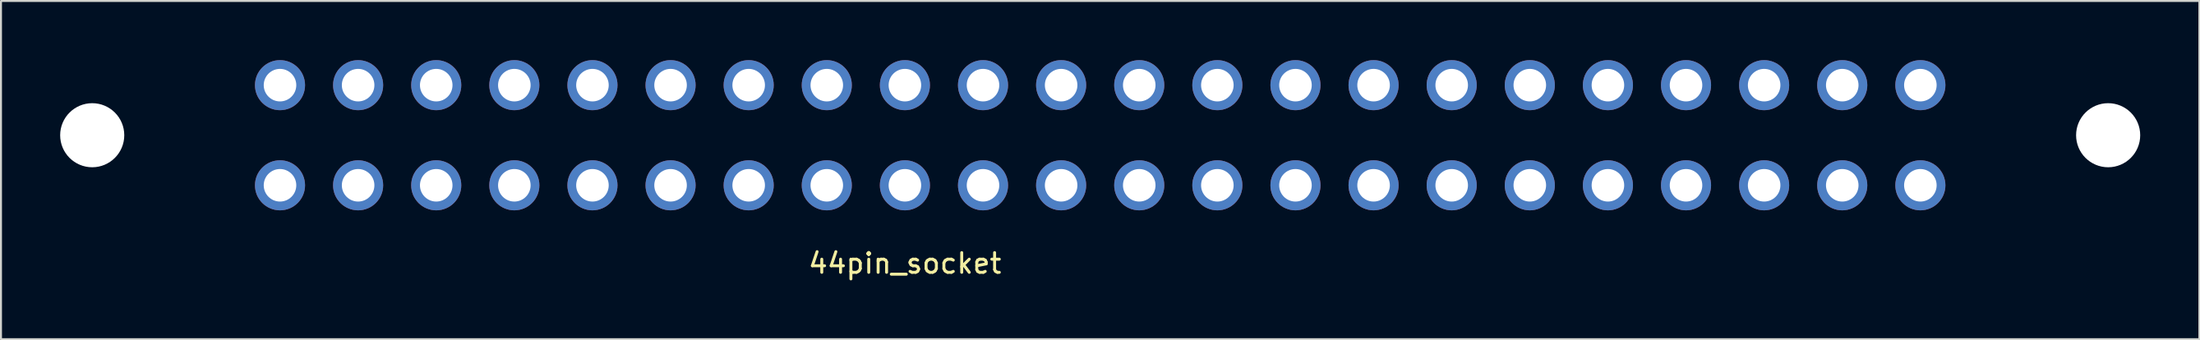
<source format=kicad_pcb>
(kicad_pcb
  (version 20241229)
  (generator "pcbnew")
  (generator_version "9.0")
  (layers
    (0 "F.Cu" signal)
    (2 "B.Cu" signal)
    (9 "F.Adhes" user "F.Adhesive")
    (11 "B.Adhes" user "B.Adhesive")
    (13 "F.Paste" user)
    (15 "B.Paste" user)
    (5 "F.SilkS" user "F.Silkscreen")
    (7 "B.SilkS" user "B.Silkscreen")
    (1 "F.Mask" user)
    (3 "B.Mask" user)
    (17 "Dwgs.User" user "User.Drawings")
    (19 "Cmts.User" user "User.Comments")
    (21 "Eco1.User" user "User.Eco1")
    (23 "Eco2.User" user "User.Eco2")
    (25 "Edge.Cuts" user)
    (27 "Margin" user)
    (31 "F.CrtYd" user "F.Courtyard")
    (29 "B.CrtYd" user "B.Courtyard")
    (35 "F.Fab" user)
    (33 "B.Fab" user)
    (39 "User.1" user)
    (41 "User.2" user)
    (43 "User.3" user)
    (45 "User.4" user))
  (footprint "44pin_socket"
    (layer "F.Cu")
    (at 42.825 6.35)
    (property "Reference" "44pin_socket" (at 0 3.96 0) (layer "F.SilkS") (effects (font (size 1 1) (thickness 0.15))))
    (attr through_hole)
    (pad "" np_thru_hole circle (at -41.2 -2.54) (size 3.25 3.25) (drill 3.25) (layers "*.Cu" "*.Mask"))
    (pad "" np_thru_hole circle (at 61 -2.54) (size 3.25 3.25) (drill 3.25) (layers "*.Cu" "*.Mask"))
    (pad "1" thru_hole circle (at -31.68 0) (size 2.54 2.54) (drill 1.65) (layers "*.Cu" "*.Mask"))
    (pad "2" thru_hole circle (at -27.72 0) (size 2.54 2.54) (drill 1.65) (layers "*.Cu" "*.Mask"))
    (pad "3" thru_hole circle (at -23.76 0) (size 2.54 2.54) (drill 1.65) (layers "*.Cu" "*.Mask"))
    (pad "4" thru_hole circle (at -19.8 0) (size 2.54 2.54) (drill 1.65) (layers "*.Cu" "*.Mask"))
    (pad "5" thru_hole circle (at -15.84 0) (size 2.54 2.54) (drill 1.65) (layers "*.Cu" "*.Mask"))
    (pad "6" thru_hole circle (at -11.88 0) (size 2.54 2.54) (drill 1.65) (layers "*.Cu" "*.Mask"))
    (pad "7" thru_hole circle (at -7.92 0) (size 2.54 2.54) (drill 1.65) (layers "*.Cu" "*.Mask"))
    (pad "8" thru_hole circle (at -3.96 0) (size 2.54 2.54) (drill 1.65) (layers "*.Cu" "*.Mask"))
    (pad "9" thru_hole circle (at 0 0) (size 2.54 2.54) (drill 1.65) (layers "*.Cu" "*.Mask"))
    (pad "10" thru_hole circle (at 3.96 0) (size 2.54 2.54) (drill 1.65) (layers "*.Cu" "*.Mask"))
    (pad "11" thru_hole circle (at 7.92 0) (size 2.54 2.54) (drill 1.65) (layers "*.Cu" "*.Mask"))
    (pad "12" thru_hole circle (at 11.88 0) (size 2.54 2.54) (drill 1.65) (layers "*.Cu" "*.Mask"))
    (pad "13" thru_hole circle (at 15.84 0) (size 2.54 2.54) (drill 1.65) (layers "*.Cu" "*.Mask"))
    (pad "14" thru_hole circle (at 19.8 0) (size 2.54 2.54) (drill 1.65) (layers "*.Cu" "*.Mask"))
    (pad "15" thru_hole circle (at 23.76 0) (size 2.54 2.54) (drill 1.65) (layers "*.Cu" "*.Mask"))
    (pad "16" thru_hole circle (at 27.72 0) (size 2.54 2.54) (drill 1.65) (layers "*.Cu" "*.Mask"))
    (pad "17" thru_hole circle (at 31.68 0) (size 2.54 2.54) (drill 1.65) (layers "*.Cu" "*.Mask"))
    (pad "18" thru_hole circle (at 35.64 0) (size 2.54 2.54) (drill 1.65) (layers "*.Cu" "*.Mask"))
    (pad "19" thru_hole circle (at 39.6 0) (size 2.54 2.54) (drill 1.65) (layers "*.Cu" "*.Mask"))
    (pad "20" thru_hole circle (at 43.56 0) (size 2.54 2.54) (drill 1.65) (layers "*.Cu" "*.Mask"))
    (pad "21" thru_hole circle (at 47.52 0) (size 2.54 2.54) (drill 1.65) (layers "*.Cu" "*.Mask"))
    (pad "22" thru_hole circle (at 51.48 0) (size 2.54 2.54) (drill 1.65) (layers "*.Cu" "*.Mask"))
    (pad "A" thru_hole circle (at -31.68 -5.08) (size 2.54 2.54) (drill 1.65) (layers "*.Cu" "*.Mask"))
    (pad "B" thru_hole circle (at -27.72 -5.08) (size 2.54 2.54) (drill 1.65) (layers "*.Cu" "*.Mask"))
    (pad "C" thru_hole circle (at -23.76 -5.08) (size 2.54 2.54) (drill 1.65) (layers "*.Cu" "*.Mask"))
    (pad "D" thru_hole circle (at -19.8 -5.08) (size 2.54 2.54) (drill 1.65) (layers "*.Cu" "*.Mask"))
    (pad "E" thru_hole circle (at -15.84 -5.08) (size 2.54 2.54) (drill 1.65) (layers "*.Cu" "*.Mask"))
    (pad "F" thru_hole circle (at -11.88 -5.08) (size 2.54 2.54) (drill 1.65) (layers "*.Cu" "*.Mask"))
    (pad "H" thru_hole circle (at -7.92 -5.08) (size 2.54 2.54) (drill 1.65) (layers "*.Cu" "*.Mask"))
    (pad "J" thru_hole circle (at -3.96 -5.08) (size 2.54 2.54) (drill 1.65) (layers "*.Cu" "*.Mask"))
    (pad "K" thru_hole circle (at 0 -5.08) (size 2.54 2.54) (drill 1.65) (layers "*.Cu" "*.Mask"))
    (pad "L" thru_hole circle (at 3.96 -5.08) (size 2.54 2.54) (drill 1.65) (layers "*.Cu" "*.Mask"))
    (pad "M" thru_hole circle (at 7.92 -5.08) (size 2.54 2.54) (drill 1.65) (layers "*.Cu" "*.Mask"))
    (pad "N" thru_hole circle (at 11.88 -5.08) (size 2.54 2.54) (drill 1.65) (layers "*.Cu" "*.Mask"))
    (pad "P" thru_hole circle (at 15.84 -5.08) (size 2.54 2.54) (drill 1.65) (layers "*.Cu" "*.Mask"))
    (pad "R" thru_hole circle (at 19.8 -5.08) (size 2.54 2.54) (drill 1.65) (layers "*.Cu" "*.Mask"))
    (pad "S" thru_hole circle (at 23.76 -5.08) (size 2.54 2.54) (drill 1.65) (layers "*.Cu" "*.Mask"))
    (pad "T" thru_hole circle (at 27.72 -5.08) (size 2.54 2.54) (drill 1.65) (layers "*.Cu" "*.Mask"))
    (pad "U" thru_hole circle (at 31.68 -5.08) (size 2.54 2.54) (drill 1.65) (layers "*.Cu" "*.Mask"))
    (pad "V" thru_hole circle (at 35.64 -5.08) (size 2.54 2.54) (drill 1.65) (layers "*.Cu" "*.Mask"))
    (pad "W" thru_hole circle (at 39.6 -5.08) (size 2.54 2.54) (drill 1.65) (layers "*.Cu" "*.Mask"))
    (pad "X" thru_hole circle (at 43.56 -5.08) (size 2.54 2.54) (drill 1.65) (layers "*.Cu" "*.Mask"))
    (pad "Y" thru_hole circle (at 47.52 -5.08) (size 2.54 2.54) (drill 1.65) (layers "*.Cu" "*.Mask"))
    (pad "Z" thru_hole circle (at 51.48 -5.08) (size 2.54 2.54) (drill 1.65) (layers "*.Cu" "*.Mask")))
  (gr_rect
    (start -3 -3)
    (end 108.45 14.158)
    (stroke (width 0.1) (type default))
    (fill no)
    (layer "Edge.Cuts")))
</source>
